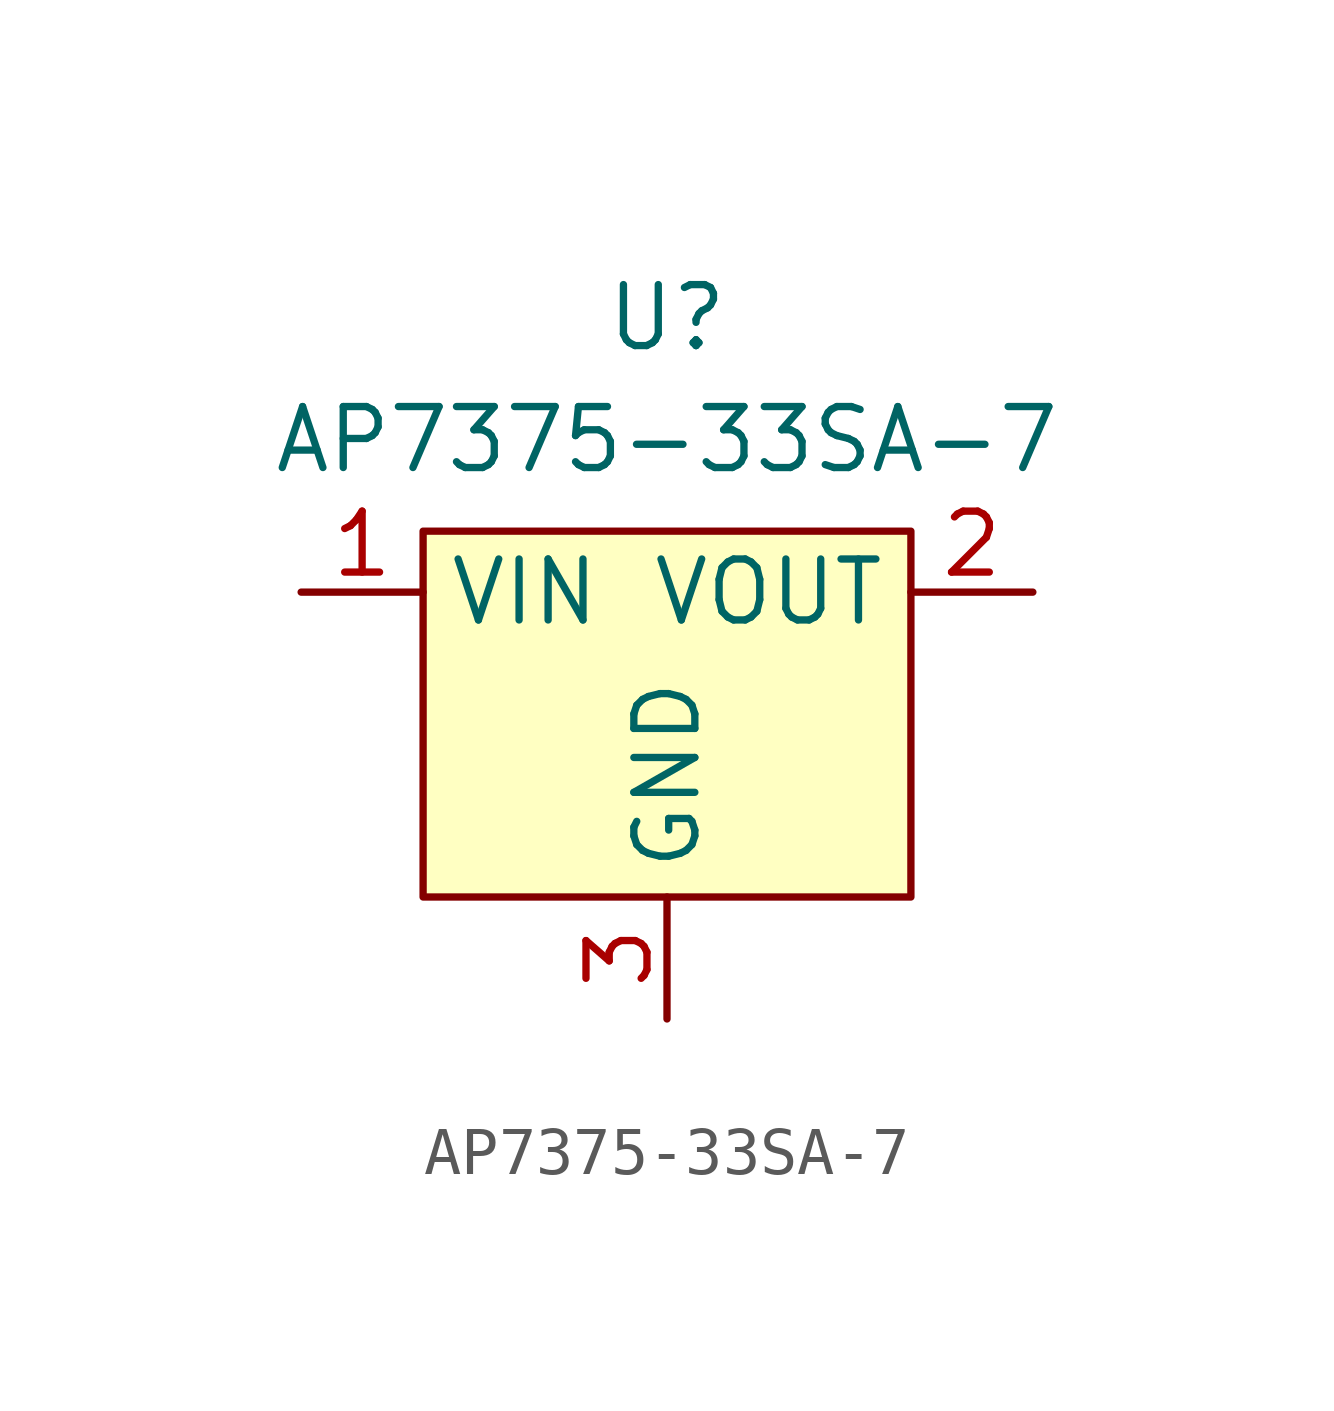
<source format=kicad_sym>
(kicad_symbol_lib
  (version 20220914)
  (generator kicad_symbol_editor)
  (symbol "AP7375-33SA-7"
    (property "Reference" "U"
      (at 0 5.715 0)
      (effects (font (size 1.27 1.27))))
    (property "Value" "AP7375-33SA-7"
      (at 0 3.175 0)
      (effects (font (size 1.27 1.27))))
    (symbol "AP7375-33SA-7_1_1"
      (rectangle (start -5.08 1.27) (end 5.08 -6.35) (stroke (width 0) (type default)) (fill (type background)))
      (pin input line (at -7.62 0 0) (length 2.54) (name "VIN" (effects (font (size 1.27 1.27)))) (number "1" (effects (font (size 1.27 1.27)))))
      (pin input line (at 7.62 0 180) (length 2.54) (name "VOUT" (effects (font (size 1.27 1.27)))) (number "2" (effects (font (size 1.27 1.27)))))
      (pin input line (at 0 -8.89 90) (length 2.54) (name "GND" (effects (font (size 1.27 1.27)))) (number "3" (effects (font (size 1.27 1.27))))))))
</source>
